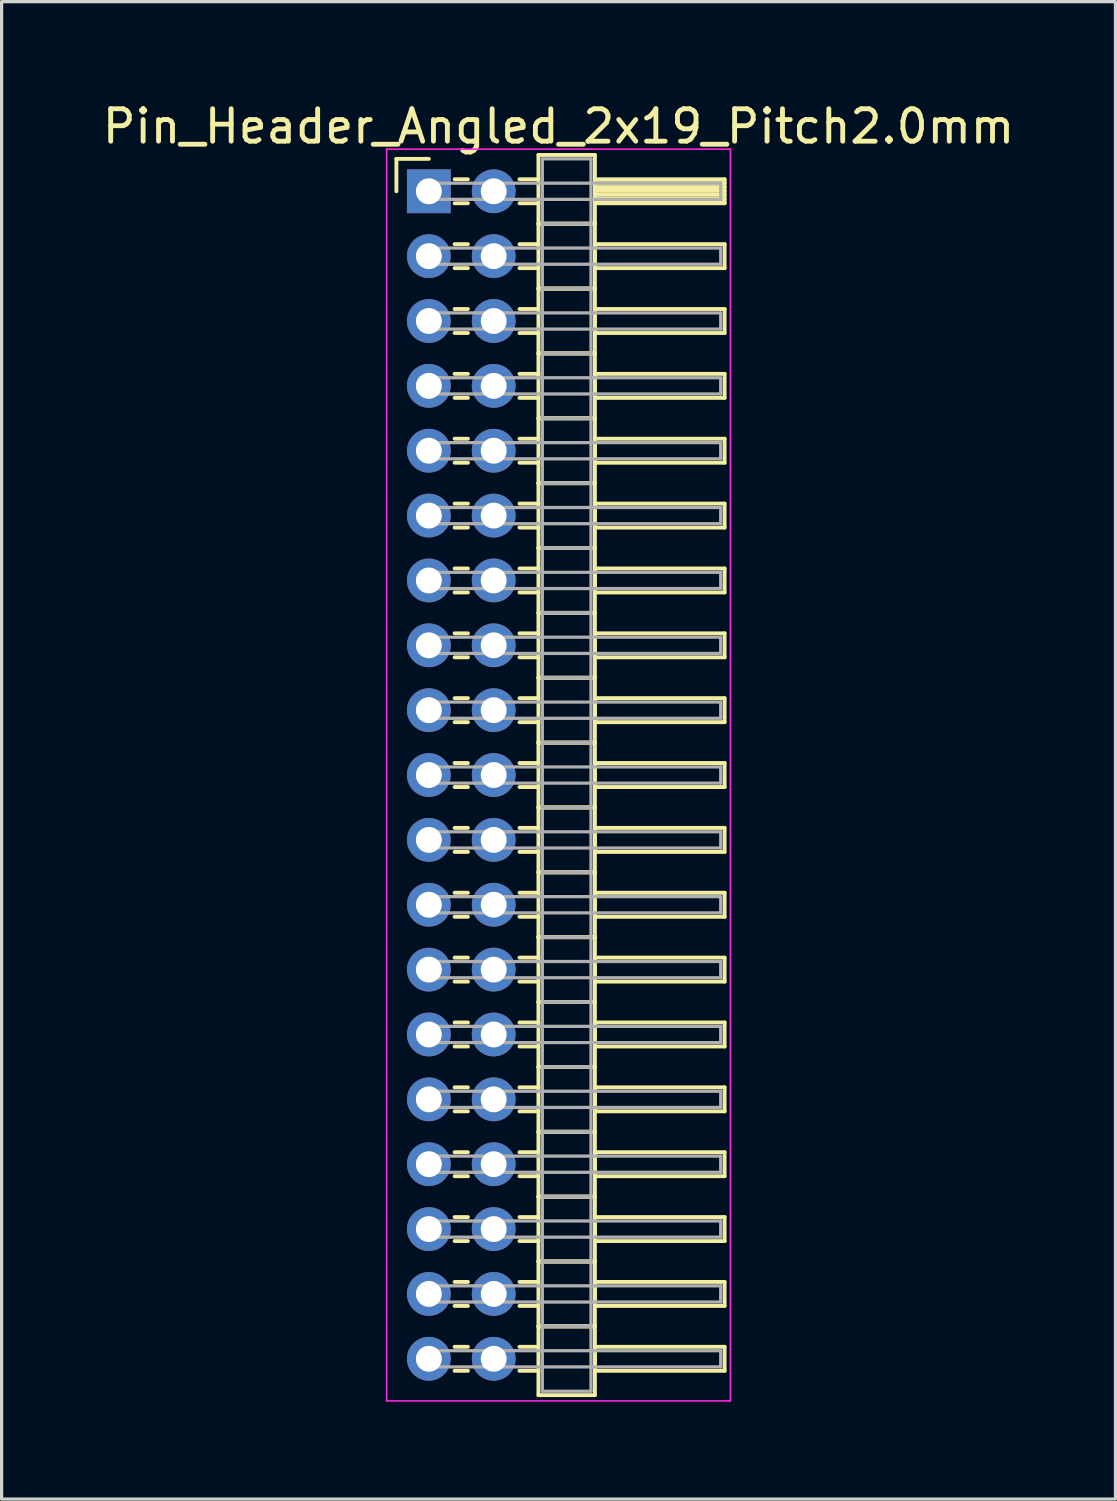
<source format=kicad_pcb>
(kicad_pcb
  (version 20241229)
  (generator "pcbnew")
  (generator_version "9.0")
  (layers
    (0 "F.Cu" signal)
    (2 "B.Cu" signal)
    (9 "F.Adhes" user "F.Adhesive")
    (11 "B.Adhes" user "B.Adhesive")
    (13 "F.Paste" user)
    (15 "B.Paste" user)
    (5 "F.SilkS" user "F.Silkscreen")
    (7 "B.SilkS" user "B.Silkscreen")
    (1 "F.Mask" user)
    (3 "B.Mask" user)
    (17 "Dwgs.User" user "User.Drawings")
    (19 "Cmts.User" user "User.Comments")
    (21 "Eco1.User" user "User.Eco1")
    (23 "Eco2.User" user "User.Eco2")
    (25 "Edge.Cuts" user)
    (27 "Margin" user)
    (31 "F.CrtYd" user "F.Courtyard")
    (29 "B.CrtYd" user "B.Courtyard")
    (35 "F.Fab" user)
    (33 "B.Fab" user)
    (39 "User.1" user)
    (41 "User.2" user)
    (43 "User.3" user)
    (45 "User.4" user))
  (footprint "Pin_Header_Angled_2x19_Pitch2.0mm"
    (layer "F.Cu")
    (at 10.173 2.848)
    (property "Reference" "Pin_Header_Angled_2x19_Pitch2.0mm" (at 4 -2 0) (layer "F.SilkS") (effects (font (size 1 1) (thickness 0.15))))
    (attr through_hole)
    (fp_line (start -1 -1) (end 0 -1) (stroke (width 0.12) (type solid)) (layer "F.SilkS"))
    (fp_line (start -1 0) (end -1 -1) (stroke (width 0.12) (type solid)) (layer "F.SilkS"))
    (fp_line (start 0.795 -0.37) (end 1.205 -0.37) (stroke (width 0.12) (type solid)) (layer "F.SilkS"))
    (fp_line (start 0.795 0.37) (end 1.205 0.37) (stroke (width 0.12) (type solid)) (layer "F.SilkS"))
    (fp_line (start 0.795 1.63) (end 1.205 1.63) (stroke (width 0.12) (type solid)) (layer "F.SilkS"))
    (fp_line (start 0.795 2.37) (end 1.205 2.37) (stroke (width 0.12) (type solid)) (layer "F.SilkS"))
    (fp_line (start 0.795 3.63) (end 1.205 3.63) (stroke (width 0.12) (type solid)) (layer "F.SilkS"))
    (fp_line (start 0.795 4.37) (end 1.205 4.37) (stroke (width 0.12) (type solid)) (layer "F.SilkS"))
    (fp_line (start 0.795 5.63) (end 1.205 5.63) (stroke (width 0.12) (type solid)) (layer "F.SilkS"))
    (fp_line (start 0.795 6.37) (end 1.205 6.37) (stroke (width 0.12) (type solid)) (layer "F.SilkS"))
    (fp_line (start 0.795 7.63) (end 1.205 7.63) (stroke (width 0.12) (type solid)) (layer "F.SilkS"))
    (fp_line (start 0.795 8.37) (end 1.205 8.37) (stroke (width 0.12) (type solid)) (layer "F.SilkS"))
    (fp_line (start 0.795 9.63) (end 1.205 9.63) (stroke (width 0.12) (type solid)) (layer "F.SilkS"))
    (fp_line (start 0.795 10.37) (end 1.205 10.37) (stroke (width 0.12) (type solid)) (layer "F.SilkS"))
    (fp_line (start 0.795 11.63) (end 1.205 11.63) (stroke (width 0.12) (type solid)) (layer "F.SilkS"))
    (fp_line (start 0.795 12.37) (end 1.205 12.37) (stroke (width 0.12) (type solid)) (layer "F.SilkS"))
    (fp_line (start 0.795 13.63) (end 1.205 13.63) (stroke (width 0.12) (type solid)) (layer "F.SilkS"))
    (fp_line (start 0.795 14.37) (end 1.205 14.37) (stroke (width 0.12) (type solid)) (layer "F.SilkS"))
    (fp_line (start 0.795 15.63) (end 1.205 15.63) (stroke (width 0.12) (type solid)) (layer "F.SilkS"))
    (fp_line (start 0.795 16.37) (end 1.205 16.37) (stroke (width 0.12) (type solid)) (layer "F.SilkS"))
    (fp_line (start 0.795 17.63) (end 1.205 17.63) (stroke (width 0.12) (type solid)) (layer "F.SilkS"))
    (fp_line (start 0.795 18.37) (end 1.205 18.37) (stroke (width 0.12) (type solid)) (layer "F.SilkS"))
    (fp_line (start 0.795 19.63) (end 1.205 19.63) (stroke (width 0.12) (type solid)) (layer "F.SilkS"))
    (fp_line (start 0.795 20.37) (end 1.205 20.37) (stroke (width 0.12) (type solid)) (layer "F.SilkS"))
    (fp_line (start 0.795 21.63) (end 1.205 21.63) (stroke (width 0.12) (type solid)) (layer "F.SilkS"))
    (fp_line (start 0.795 22.37) (end 1.205 22.37) (stroke (width 0.12) (type solid)) (layer "F.SilkS"))
    (fp_line (start 0.795 23.63) (end 1.205 23.63) (stroke (width 0.12) (type solid)) (layer "F.SilkS"))
    (fp_line (start 0.795 24.37) (end 1.205 24.37) (stroke (width 0.12) (type solid)) (layer "F.SilkS"))
    (fp_line (start 0.795 25.63) (end 1.205 25.63) (stroke (width 0.12) (type solid)) (layer "F.SilkS"))
    (fp_line (start 0.795 26.37) (end 1.205 26.37) (stroke (width 0.12) (type solid)) (layer "F.SilkS"))
    (fp_line (start 0.795 27.63) (end 1.205 27.63) (stroke (width 0.12) (type solid)) (layer "F.SilkS"))
    (fp_line (start 0.795 28.37) (end 1.205 28.37) (stroke (width 0.12) (type solid)) (layer "F.SilkS"))
    (fp_line (start 0.795 29.63) (end 1.205 29.63) (stroke (width 0.12) (type solid)) (layer "F.SilkS"))
    (fp_line (start 0.795 30.37) (end 1.205 30.37) (stroke (width 0.12) (type solid)) (layer "F.SilkS"))
    (fp_line (start 0.795 31.63) (end 1.205 31.63) (stroke (width 0.12) (type solid)) (layer "F.SilkS"))
    (fp_line (start 0.795 32.37) (end 1.205 32.37) (stroke (width 0.12) (type solid)) (layer "F.SilkS"))
    (fp_line (start 0.795 33.63) (end 1.205 33.63) (stroke (width 0.12) (type solid)) (layer "F.SilkS"))
    (fp_line (start 0.795 34.37) (end 1.205 34.37) (stroke (width 0.12) (type solid)) (layer "F.SilkS"))
    (fp_line (start 0.795 35.63) (end 1.205 35.63) (stroke (width 0.12) (type solid)) (layer "F.SilkS"))
    (fp_line (start 0.795 36.37) (end 1.205 36.37) (stroke (width 0.12) (type solid)) (layer "F.SilkS"))
    (fp_line (start 2.795 -0.37) (end 3.38 -0.37) (stroke (width 0.12) (type solid)) (layer "F.SilkS"))
    (fp_line (start 2.795 0.37) (end 3.38 0.37) (stroke (width 0.12) (type solid)) (layer "F.SilkS"))
    (fp_line (start 2.795 1.63) (end 3.38 1.63) (stroke (width 0.12) (type solid)) (layer "F.SilkS"))
    (fp_line (start 2.795 2.37) (end 3.38 2.37) (stroke (width 0.12) (type solid)) (layer "F.SilkS"))
    (fp_line (start 2.795 3.63) (end 3.38 3.63) (stroke (width 0.12) (type solid)) (layer "F.SilkS"))
    (fp_line (start 2.795 4.37) (end 3.38 4.37) (stroke (width 0.12) (type solid)) (layer "F.SilkS"))
    (fp_line (start 2.795 5.63) (end 3.38 5.63) (stroke (width 0.12) (type solid)) (layer "F.SilkS"))
    (fp_line (start 2.795 6.37) (end 3.38 6.37) (stroke (width 0.12) (type solid)) (layer "F.SilkS"))
    (fp_line (start 2.795 7.63) (end 3.38 7.63) (stroke (width 0.12) (type solid)) (layer "F.SilkS"))
    (fp_line (start 2.795 8.37) (end 3.38 8.37) (stroke (width 0.12) (type solid)) (layer "F.SilkS"))
    (fp_line (start 2.795 9.63) (end 3.38 9.63) (stroke (width 0.12) (type solid)) (layer "F.SilkS"))
    (fp_line (start 2.795 10.37) (end 3.38 10.37) (stroke (width 0.12) (type solid)) (layer "F.SilkS"))
    (fp_line (start 2.795 11.63) (end 3.38 11.63) (stroke (width 0.12) (type solid)) (layer "F.SilkS"))
    (fp_line (start 2.795 12.37) (end 3.38 12.37) (stroke (width 0.12) (type solid)) (layer "F.SilkS"))
    (fp_line (start 2.795 13.63) (end 3.38 13.63) (stroke (width 0.12) (type solid)) (layer "F.SilkS"))
    (fp_line (start 2.795 14.37) (end 3.38 14.37) (stroke (width 0.12) (type solid)) (layer "F.SilkS"))
    (fp_line (start 2.795 15.63) (end 3.38 15.63) (stroke (width 0.12) (type solid)) (layer "F.SilkS"))
    (fp_line (start 2.795 16.37) (end 3.38 16.37) (stroke (width 0.12) (type solid)) (layer "F.SilkS"))
    (fp_line (start 2.795 17.63) (end 3.38 17.63) (stroke (width 0.12) (type solid)) (layer "F.SilkS"))
    (fp_line (start 2.795 18.37) (end 3.38 18.37) (stroke (width 0.12) (type solid)) (layer "F.SilkS"))
    (fp_line (start 2.795 19.63) (end 3.38 19.63) (stroke (width 0.12) (type solid)) (layer "F.SilkS"))
    (fp_line (start 2.795 20.37) (end 3.38 20.37) (stroke (width 0.12) (type solid)) (layer "F.SilkS"))
    (fp_line (start 2.795 21.63) (end 3.38 21.63) (stroke (width 0.12) (type solid)) (layer "F.SilkS"))
    (fp_line (start 2.795 22.37) (end 3.38 22.37) (stroke (width 0.12) (type solid)) (layer "F.SilkS"))
    (fp_line (start 2.795 23.63) (end 3.38 23.63) (stroke (width 0.12) (type solid)) (layer "F.SilkS"))
    (fp_line (start 2.795 24.37) (end 3.38 24.37) (stroke (width 0.12) (type solid)) (layer "F.SilkS"))
    (fp_line (start 2.795 25.63) (end 3.38 25.63) (stroke (width 0.12) (type solid)) (layer "F.SilkS"))
    (fp_line (start 2.795 26.37) (end 3.38 26.37) (stroke (width 0.12) (type solid)) (layer "F.SilkS"))
    (fp_line (start 2.795 27.63) (end 3.38 27.63) (stroke (width 0.12) (type solid)) (layer "F.SilkS"))
    (fp_line (start 2.795 28.37) (end 3.38 28.37) (stroke (width 0.12) (type solid)) (layer "F.SilkS"))
    (fp_line (start 2.795 29.63) (end 3.38 29.63) (stroke (width 0.12) (type solid)) (layer "F.SilkS"))
    (fp_line (start 2.795 30.37) (end 3.38 30.37) (stroke (width 0.12) (type solid)) (layer "F.SilkS"))
    (fp_line (start 2.795 31.63) (end 3.38 31.63) (stroke (width 0.12) (type solid)) (layer "F.SilkS"))
    (fp_line (start 2.795 32.37) (end 3.38 32.37) (stroke (width 0.12) (type solid)) (layer "F.SilkS"))
    (fp_line (start 2.795 33.63) (end 3.38 33.63) (stroke (width 0.12) (type solid)) (layer "F.SilkS"))
    (fp_line (start 2.795 34.37) (end 3.38 34.37) (stroke (width 0.12) (type solid)) (layer "F.SilkS"))
    (fp_line (start 2.795 35.63) (end 3.38 35.63) (stroke (width 0.12) (type solid)) (layer "F.SilkS"))
    (fp_line (start 2.795 36.37) (end 3.38 36.37) (stroke (width 0.12) (type solid)) (layer "F.SilkS"))
    (fp_line (start 3.38 -1.12) (end 3.38 1) (stroke (width 0.12) (type solid)) (layer "F.SilkS"))
    (fp_line (start 3.38 1) (end 3.38 3) (stroke (width 0.12) (type solid)) (layer "F.SilkS"))
    (fp_line (start 3.38 1) (end 5.12 1) (stroke (width 0.12) (type solid)) (layer "F.SilkS"))
    (fp_line (start 3.38 3) (end 3.38 5) (stroke (width 0.12) (type solid)) (layer "F.SilkS"))
    (fp_line (start 3.38 3) (end 5.12 3) (stroke (width 0.12) (type solid)) (layer "F.SilkS"))
    (fp_line (start 3.38 5) (end 3.38 7) (stroke (width 0.12) (type solid)) (layer "F.SilkS"))
    (fp_line (start 3.38 5) (end 5.12 5) (stroke (width 0.12) (type solid)) (layer "F.SilkS"))
    (fp_line (start 3.38 7) (end 3.38 9) (stroke (width 0.12) (type solid)) (layer "F.SilkS"))
    (fp_line (start 3.38 7) (end 5.12 7) (stroke (width 0.12) (type solid)) (layer "F.SilkS"))
    (fp_line (start 3.38 9) (end 3.38 11) (stroke (width 0.12) (type solid)) (layer "F.SilkS"))
    (fp_line (start 3.38 9) (end 5.12 9) (stroke (width 0.12) (type solid)) (layer "F.SilkS"))
    (fp_line (start 3.38 11) (end 3.38 13) (stroke (width 0.12) (type solid)) (layer "F.SilkS"))
    (fp_line (start 3.38 11) (end 5.12 11) (stroke (width 0.12) (type solid)) (layer "F.SilkS"))
    (fp_line (start 3.38 13) (end 3.38 15) (stroke (width 0.12) (type solid)) (layer "F.SilkS"))
    (fp_line (start 3.38 13) (end 5.12 13) (stroke (width 0.12) (type solid)) (layer "F.SilkS"))
    (fp_line (start 3.38 15) (end 3.38 17) (stroke (width 0.12) (type solid)) (layer "F.SilkS"))
    (fp_line (start 3.38 15) (end 5.12 15) (stroke (width 0.12) (type solid)) (layer "F.SilkS"))
    (fp_line (start 3.38 17) (end 3.38 19) (stroke (width 0.12) (type solid)) (layer "F.SilkS"))
    (fp_line (start 3.38 17) (end 5.12 17) (stroke (width 0.12) (type solid)) (layer "F.SilkS"))
    (fp_line (start 3.38 19) (end 3.38 21) (stroke (width 0.12) (type solid)) (layer "F.SilkS"))
    (fp_line (start 3.38 19) (end 5.12 19) (stroke (width 0.12) (type solid)) (layer "F.SilkS"))
    (fp_line (start 3.38 21) (end 3.38 23) (stroke (width 0.12) (type solid)) (layer "F.SilkS"))
    (fp_line (start 3.38 21) (end 5.12 21) (stroke (width 0.12) (type solid)) (layer "F.SilkS"))
    (fp_line (start 3.38 23) (end 3.38 25) (stroke (width 0.12) (type solid)) (layer "F.SilkS"))
    (fp_line (start 3.38 23) (end 5.12 23) (stroke (width 0.12) (type solid)) (layer "F.SilkS"))
    (fp_line (start 3.38 25) (end 3.38 27) (stroke (width 0.12) (type solid)) (layer "F.SilkS"))
    (fp_line (start 3.38 25) (end 5.12 25) (stroke (width 0.12) (type solid)) (layer "F.SilkS"))
    (fp_line (start 3.38 27) (end 3.38 29) (stroke (width 0.12) (type solid)) (layer "F.SilkS"))
    (fp_line (start 3.38 27) (end 5.12 27) (stroke (width 0.12) (type solid)) (layer "F.SilkS"))
    (fp_line (start 3.38 29) (end 3.38 31) (stroke (width 0.12) (type solid)) (layer "F.SilkS"))
    (fp_line (start 3.38 29) (end 5.12 29) (stroke (width 0.12) (type solid)) (layer "F.SilkS"))
    (fp_line (start 3.38 31) (end 3.38 33) (stroke (width 0.12) (type solid)) (layer "F.SilkS"))
    (fp_line (start 3.38 31) (end 5.12 31) (stroke (width 0.12) (type solid)) (layer "F.SilkS"))
    (fp_line (start 3.38 33) (end 3.38 35) (stroke (width 0.12) (type solid)) (layer "F.SilkS"))
    (fp_line (start 3.38 33) (end 5.12 33) (stroke (width 0.12) (type solid)) (layer "F.SilkS"))
    (fp_line (start 3.38 35) (end 3.38 37.12) (stroke (width 0.12) (type solid)) (layer "F.SilkS"))
    (fp_line (start 3.38 35) (end 5.12 35) (stroke (width 0.12) (type solid)) (layer "F.SilkS"))
    (fp_line (start 3.38 37.12) (end 5.12 37.12) (stroke (width 0.12) (type solid)) (layer "F.SilkS"))
    (fp_line (start 5.12 -1.12) (end 3.38 -1.12) (stroke (width 0.12) (type solid)) (layer "F.SilkS"))
    (fp_line (start 5.12 -0.37) (end 5.12 0.37) (stroke (width 0.12) (type solid)) (layer "F.SilkS"))
    (fp_line (start 5.12 -0.25) (end 9.12 -0.25) (stroke (width 0.12) (type solid)) (layer "F.SilkS"))
    (fp_line (start 5.12 -0.13) (end 9.12 -0.13) (stroke (width 0.12) (type solid)) (layer "F.SilkS"))
    (fp_line (start 5.12 -0.01) (end 9.12 -0.01) (stroke (width 0.12) (type solid)) (layer "F.SilkS"))
    (fp_line (start 5.12 0.11) (end 9.12 0.11) (stroke (width 0.12) (type solid)) (layer "F.SilkS"))
    (fp_line (start 5.12 0.23) (end 9.12 0.23) (stroke (width 0.12) (type solid)) (layer "F.SilkS"))
    (fp_line (start 5.12 0.35) (end 9.12 0.35) (stroke (width 0.12) (type solid)) (layer "F.SilkS"))
    (fp_line (start 5.12 0.37) (end 9.12 0.37) (stroke (width 0.12) (type solid)) (layer "F.SilkS"))
    (fp_line (start 5.12 1) (end 3.38 1) (stroke (width 0.12) (type solid)) (layer "F.SilkS"))
    (fp_line (start 5.12 1) (end 5.12 -1.12) (stroke (width 0.12) (type solid)) (layer "F.SilkS"))
    (fp_line (start 5.12 1.63) (end 5.12 2.37) (stroke (width 0.12) (type solid)) (layer "F.SilkS"))
    (fp_line (start 5.12 2.37) (end 9.12 2.37) (stroke (width 0.12) (type solid)) (layer "F.SilkS"))
    (fp_line (start 5.12 3) (end 3.38 3) (stroke (width 0.12) (type solid)) (layer "F.SilkS"))
    (fp_line (start 5.12 3) (end 5.12 1) (stroke (width 0.12) (type solid)) (layer "F.SilkS"))
    (fp_line (start 5.12 3.63) (end 5.12 4.37) (stroke (width 0.12) (type solid)) (layer "F.SilkS"))
    (fp_line (start 5.12 4.37) (end 9.12 4.37) (stroke (width 0.12) (type solid)) (layer "F.SilkS"))
    (fp_line (start 5.12 5) (end 3.38 5) (stroke (width 0.12) (type solid)) (layer "F.SilkS"))
    (fp_line (start 5.12 5) (end 5.12 3) (stroke (width 0.12) (type solid)) (layer "F.SilkS"))
    (fp_line (start 5.12 5.63) (end 5.12 6.37) (stroke (width 0.12) (type solid)) (layer "F.SilkS"))
    (fp_line (start 5.12 6.37) (end 9.12 6.37) (stroke (width 0.12) (type solid)) (layer "F.SilkS"))
    (fp_line (start 5.12 7) (end 3.38 7) (stroke (width 0.12) (type solid)) (layer "F.SilkS"))
    (fp_line (start 5.12 7) (end 5.12 5) (stroke (width 0.12) (type solid)) (layer "F.SilkS"))
    (fp_line (start 5.12 7.63) (end 5.12 8.37) (stroke (width 0.12) (type solid)) (layer "F.SilkS"))
    (fp_line (start 5.12 8.37) (end 9.12 8.37) (stroke (width 0.12) (type solid)) (layer "F.SilkS"))
    (fp_line (start 5.12 9) (end 3.38 9) (stroke (width 0.12) (type solid)) (layer "F.SilkS"))
    (fp_line (start 5.12 9) (end 5.12 7) (stroke (width 0.12) (type solid)) (layer "F.SilkS"))
    (fp_line (start 5.12 9.63) (end 5.12 10.37) (stroke (width 0.12) (type solid)) (layer "F.SilkS"))
    (fp_line (start 5.12 10.37) (end 9.12 10.37) (stroke (width 0.12) (type solid)) (layer "F.SilkS"))
    (fp_line (start 5.12 11) (end 3.38 11) (stroke (width 0.12) (type solid)) (layer "F.SilkS"))
    (fp_line (start 5.12 11) (end 5.12 9) (stroke (width 0.12) (type solid)) (layer "F.SilkS"))
    (fp_line (start 5.12 11.63) (end 5.12 12.37) (stroke (width 0.12) (type solid)) (layer "F.SilkS"))
    (fp_line (start 5.12 12.37) (end 9.12 12.37) (stroke (width 0.12) (type solid)) (layer "F.SilkS"))
    (fp_line (start 5.12 13) (end 3.38 13) (stroke (width 0.12) (type solid)) (layer "F.SilkS"))
    (fp_line (start 5.12 13) (end 5.12 11) (stroke (width 0.12) (type solid)) (layer "F.SilkS"))
    (fp_line (start 5.12 13.63) (end 5.12 14.37) (stroke (width 0.12) (type solid)) (layer "F.SilkS"))
    (fp_line (start 5.12 14.37) (end 9.12 14.37) (stroke (width 0.12) (type solid)) (layer "F.SilkS"))
    (fp_line (start 5.12 15) (end 3.38 15) (stroke (width 0.12) (type solid)) (layer "F.SilkS"))
    (fp_line (start 5.12 15) (end 5.12 13) (stroke (width 0.12) (type solid)) (layer "F.SilkS"))
    (fp_line (start 5.12 15.63) (end 5.12 16.37) (stroke (width 0.12) (type solid)) (layer "F.SilkS"))
    (fp_line (start 5.12 16.37) (end 9.12 16.37) (stroke (width 0.12) (type solid)) (layer "F.SilkS"))
    (fp_line (start 5.12 17) (end 3.38 17) (stroke (width 0.12) (type solid)) (layer "F.SilkS"))
    (fp_line (start 5.12 17) (end 5.12 15) (stroke (width 0.12) (type solid)) (layer "F.SilkS"))
    (fp_line (start 5.12 17.63) (end 5.12 18.37) (stroke (width 0.12) (type solid)) (layer "F.SilkS"))
    (fp_line (start 5.12 18.37) (end 9.12 18.37) (stroke (width 0.12) (type solid)) (layer "F.SilkS"))
    (fp_line (start 5.12 19) (end 3.38 19) (stroke (width 0.12) (type solid)) (layer "F.SilkS"))
    (fp_line (start 5.12 19) (end 5.12 17) (stroke (width 0.12) (type solid)) (layer "F.SilkS"))
    (fp_line (start 5.12 19.63) (end 5.12 20.37) (stroke (width 0.12) (type solid)) (layer "F.SilkS"))
    (fp_line (start 5.12 20.37) (end 9.12 20.37) (stroke (width 0.12) (type solid)) (layer "F.SilkS"))
    (fp_line (start 5.12 21) (end 3.38 21) (stroke (width 0.12) (type solid)) (layer "F.SilkS"))
    (fp_line (start 5.12 21) (end 5.12 19) (stroke (width 0.12) (type solid)) (layer "F.SilkS"))
    (fp_line (start 5.12 21.63) (end 5.12 22.37) (stroke (width 0.12) (type solid)) (layer "F.SilkS"))
    (fp_line (start 5.12 22.37) (end 9.12 22.37) (stroke (width 0.12) (type solid)) (layer "F.SilkS"))
    (fp_line (start 5.12 23) (end 3.38 23) (stroke (width 0.12) (type solid)) (layer "F.SilkS"))
    (fp_line (start 5.12 23) (end 5.12 21) (stroke (width 0.12) (type solid)) (layer "F.SilkS"))
    (fp_line (start 5.12 23.63) (end 5.12 24.37) (stroke (width 0.12) (type solid)) (layer "F.SilkS"))
    (fp_line (start 5.12 24.37) (end 9.12 24.37) (stroke (width 0.12) (type solid)) (layer "F.SilkS"))
    (fp_line (start 5.12 25) (end 3.38 25) (stroke (width 0.12) (type solid)) (layer "F.SilkS"))
    (fp_line (start 5.12 25) (end 5.12 23) (stroke (width 0.12) (type solid)) (layer "F.SilkS"))
    (fp_line (start 5.12 25.63) (end 5.12 26.37) (stroke (width 0.12) (type solid)) (layer "F.SilkS"))
    (fp_line (start 5.12 26.37) (end 9.12 26.37) (stroke (width 0.12) (type solid)) (layer "F.SilkS"))
    (fp_line (start 5.12 27) (end 3.38 27) (stroke (width 0.12) (type solid)) (layer "F.SilkS"))
    (fp_line (start 5.12 27) (end 5.12 25) (stroke (width 0.12) (type solid)) (layer "F.SilkS"))
    (fp_line (start 5.12 27.63) (end 5.12 28.37) (stroke (width 0.12) (type solid)) (layer "F.SilkS"))
    (fp_line (start 5.12 28.37) (end 9.12 28.37) (stroke (width 0.12) (type solid)) (layer "F.SilkS"))
    (fp_line (start 5.12 29) (end 3.38 29) (stroke (width 0.12) (type solid)) (layer "F.SilkS"))
    (fp_line (start 5.12 29) (end 5.12 27) (stroke (width 0.12) (type solid)) (layer "F.SilkS"))
    (fp_line (start 5.12 29.63) (end 5.12 30.37) (stroke (width 0.12) (type solid)) (layer "F.SilkS"))
    (fp_line (start 5.12 30.37) (end 9.12 30.37) (stroke (width 0.12) (type solid)) (layer "F.SilkS"))
    (fp_line (start 5.12 31) (end 3.38 31) (stroke (width 0.12) (type solid)) (layer "F.SilkS"))
    (fp_line (start 5.12 31) (end 5.12 29) (stroke (width 0.12) (type solid)) (layer "F.SilkS"))
    (fp_line (start 5.12 31.63) (end 5.12 32.37) (stroke (width 0.12) (type solid)) (layer "F.SilkS"))
    (fp_line (start 5.12 32.37) (end 9.12 32.37) (stroke (width 0.12) (type solid)) (layer "F.SilkS"))
    (fp_line (start 5.12 33) (end 3.38 33) (stroke (width 0.12) (type solid)) (layer "F.SilkS"))
    (fp_line (start 5.12 33) (end 5.12 31) (stroke (width 0.12) (type solid)) (layer "F.SilkS"))
    (fp_line (start 5.12 33.63) (end 5.12 34.37) (stroke (width 0.12) (type solid)) (layer "F.SilkS"))
    (fp_line (start 5.12 34.37) (end 9.12 34.37) (stroke (width 0.12) (type solid)) (layer "F.SilkS"))
    (fp_line (start 5.12 35) (end 3.38 35) (stroke (width 0.12) (type solid)) (layer "F.SilkS"))
    (fp_line (start 5.12 35) (end 5.12 33) (stroke (width 0.12) (type solid)) (layer "F.SilkS"))
    (fp_line (start 5.12 35.63) (end 5.12 36.37) (stroke (width 0.12) (type solid)) (layer "F.SilkS"))
    (fp_line (start 5.12 36.37) (end 9.12 36.37) (stroke (width 0.12) (type solid)) (layer "F.SilkS"))
    (fp_line (start 5.12 37.12) (end 5.12 35) (stroke (width 0.12) (type solid)) (layer "F.SilkS"))
    (fp_line (start 9.12 -0.37) (end 5.12 -0.37) (stroke (width 0.12) (type solid)) (layer "F.SilkS"))
    (fp_line (start 9.12 0.37) (end 9.12 -0.37) (stroke (width 0.12) (type solid)) (layer "F.SilkS"))
    (fp_line (start 9.12 1.63) (end 5.12 1.63) (stroke (width 0.12) (type solid)) (layer "F.SilkS"))
    (fp_line (start 9.12 2.37) (end 9.12 1.63) (stroke (width 0.12) (type solid)) (layer "F.SilkS"))
    (fp_line (start 9.12 3.63) (end 5.12 3.63) (stroke (width 0.12) (type solid)) (layer "F.SilkS"))
    (fp_line (start 9.12 4.37) (end 9.12 3.63) (stroke (width 0.12) (type solid)) (layer "F.SilkS"))
    (fp_line (start 9.12 5.63) (end 5.12 5.63) (stroke (width 0.12) (type solid)) (layer "F.SilkS"))
    (fp_line (start 9.12 6.37) (end 9.12 5.63) (stroke (width 0.12) (type solid)) (layer "F.SilkS"))
    (fp_line (start 9.12 7.63) (end 5.12 7.63) (stroke (width 0.12) (type solid)) (layer "F.SilkS"))
    (fp_line (start 9.12 8.37) (end 9.12 7.63) (stroke (width 0.12) (type solid)) (layer "F.SilkS"))
    (fp_line (start 9.12 9.63) (end 5.12 9.63) (stroke (width 0.12) (type solid)) (layer "F.SilkS"))
    (fp_line (start 9.12 10.37) (end 9.12 9.63) (stroke (width 0.12) (type solid)) (layer "F.SilkS"))
    (fp_line (start 9.12 11.63) (end 5.12 11.63) (stroke (width 0.12) (type solid)) (layer "F.SilkS"))
    (fp_line (start 9.12 12.37) (end 9.12 11.63) (stroke (width 0.12) (type solid)) (layer "F.SilkS"))
    (fp_line (start 9.12 13.63) (end 5.12 13.63) (stroke (width 0.12) (type solid)) (layer "F.SilkS"))
    (fp_line (start 9.12 14.37) (end 9.12 13.63) (stroke (width 0.12) (type solid)) (layer "F.SilkS"))
    (fp_line (start 9.12 15.63) (end 5.12 15.63) (stroke (width 0.12) (type solid)) (layer "F.SilkS"))
    (fp_line (start 9.12 16.37) (end 9.12 15.63) (stroke (width 0.12) (type solid)) (layer "F.SilkS"))
    (fp_line (start 9.12 17.63) (end 5.12 17.63) (stroke (width 0.12) (type solid)) (layer "F.SilkS"))
    (fp_line (start 9.12 18.37) (end 9.12 17.63) (stroke (width 0.12) (type solid)) (layer "F.SilkS"))
    (fp_line (start 9.12 19.63) (end 5.12 19.63) (stroke (width 0.12) (type solid)) (layer "F.SilkS"))
    (fp_line (start 9.12 20.37) (end 9.12 19.63) (stroke (width 0.12) (type solid)) (layer "F.SilkS"))
    (fp_line (start 9.12 21.63) (end 5.12 21.63) (stroke (width 0.12) (type solid)) (layer "F.SilkS"))
    (fp_line (start 9.12 22.37) (end 9.12 21.63) (stroke (width 0.12) (type solid)) (layer "F.SilkS"))
    (fp_line (start 9.12 23.63) (end 5.12 23.63) (stroke (width 0.12) (type solid)) (layer "F.SilkS"))
    (fp_line (start 9.12 24.37) (end 9.12 23.63) (stroke (width 0.12) (type solid)) (layer "F.SilkS"))
    (fp_line (start 9.12 25.63) (end 5.12 25.63) (stroke (width 0.12) (type solid)) (layer "F.SilkS"))
    (fp_line (start 9.12 26.37) (end 9.12 25.63) (stroke (width 0.12) (type solid)) (layer "F.SilkS"))
    (fp_line (start 9.12 27.63) (end 5.12 27.63) (stroke (width 0.12) (type solid)) (layer "F.SilkS"))
    (fp_line (start 9.12 28.37) (end 9.12 27.63) (stroke (width 0.12) (type solid)) (layer "F.SilkS"))
    (fp_line (start 9.12 29.63) (end 5.12 29.63) (stroke (width 0.12) (type solid)) (layer "F.SilkS"))
    (fp_line (start 9.12 30.37) (end 9.12 29.63) (stroke (width 0.12) (type solid)) (layer "F.SilkS"))
    (fp_line (start 9.12 31.63) (end 5.12 31.63) (stroke (width 0.12) (type solid)) (layer "F.SilkS"))
    (fp_line (start 9.12 32.37) (end 9.12 31.63) (stroke (width 0.12) (type solid)) (layer "F.SilkS"))
    (fp_line (start 9.12 33.63) (end 5.12 33.63) (stroke (width 0.12) (type solid)) (layer "F.SilkS"))
    (fp_line (start 9.12 34.37) (end 9.12 33.63) (stroke (width 0.12) (type solid)) (layer "F.SilkS"))
    (fp_line (start 9.12 35.63) (end 5.12 35.63) (stroke (width 0.12) (type solid)) (layer "F.SilkS"))
    (fp_line (start 9.12 36.37) (end 9.12 35.63) (stroke (width 0.12) (type solid)) (layer "F.SilkS"))
    (fp_line (start -1.3 -1.3) (end -1.3 37.3) (stroke (width 0.05) (type solid)) (layer "F.CrtYd"))
    (fp_line (start -1.3 37.3) (end 9.3 37.3) (stroke (width 0.05) (type solid)) (layer "F.CrtYd"))
    (fp_line (start 9.3 -1.3) (end -1.3 -1.3) (stroke (width 0.05) (type solid)) (layer "F.CrtYd"))
    (fp_line (start 9.3 37.3) (end 9.3 -1.3) (stroke (width 0.05) (type solid)) (layer "F.CrtYd"))
    (fp_line (start 0 -0.25) (end 0 0.25) (stroke (width 0.1) (type solid)) (layer "F.Fab"))
    (fp_line (start 0 0.25) (end 9 0.25) (stroke (width 0.1) (type solid)) (layer "F.Fab"))
    (fp_line (start 0 1.75) (end 0 2.25) (stroke (width 0.1) (type solid)) (layer "F.Fab"))
    (fp_line (start 0 2.25) (end 9 2.25) (stroke (width 0.1) (type solid)) (layer "F.Fab"))
    (fp_line (start 0 3.75) (end 0 4.25) (stroke (width 0.1) (type solid)) (layer "F.Fab"))
    (fp_line (start 0 4.25) (end 9 4.25) (stroke (width 0.1) (type solid)) (layer "F.Fab"))
    (fp_line (start 0 5.75) (end 0 6.25) (stroke (width 0.1) (type solid)) (layer "F.Fab"))
    (fp_line (start 0 6.25) (end 9 6.25) (stroke (width 0.1) (type solid)) (layer "F.Fab"))
    (fp_line (start 0 7.75) (end 0 8.25) (stroke (width 0.1) (type solid)) (layer "F.Fab"))
    (fp_line (start 0 8.25) (end 9 8.25) (stroke (width 0.1) (type solid)) (layer "F.Fab"))
    (fp_line (start 0 9.75) (end 0 10.25) (stroke (width 0.1) (type solid)) (layer "F.Fab"))
    (fp_line (start 0 10.25) (end 9 10.25) (stroke (width 0.1) (type solid)) (layer "F.Fab"))
    (fp_line (start 0 11.75) (end 0 12.25) (stroke (width 0.1) (type solid)) (layer "F.Fab"))
    (fp_line (start 0 12.25) (end 9 12.25) (stroke (width 0.1) (type solid)) (layer "F.Fab"))
    (fp_line (start 0 13.75) (end 0 14.25) (stroke (width 0.1) (type solid)) (layer "F.Fab"))
    (fp_line (start 0 14.25) (end 9 14.25) (stroke (width 0.1) (type solid)) (layer "F.Fab"))
    (fp_line (start 0 15.75) (end 0 16.25) (stroke (width 0.1) (type solid)) (layer "F.Fab"))
    (fp_line (start 0 16.25) (end 9 16.25) (stroke (width 0.1) (type solid)) (layer "F.Fab"))
    (fp_line (start 0 17.75) (end 0 18.25) (stroke (width 0.1) (type solid)) (layer "F.Fab"))
    (fp_line (start 0 18.25) (end 9 18.25) (stroke (width 0.1) (type solid)) (layer "F.Fab"))
    (fp_line (start 0 19.75) (end 0 20.25) (stroke (width 0.1) (type solid)) (layer "F.Fab"))
    (fp_line (start 0 20.25) (end 9 20.25) (stroke (width 0.1) (type solid)) (layer "F.Fab"))
    (fp_line (start 0 21.75) (end 0 22.25) (stroke (width 0.1) (type solid)) (layer "F.Fab"))
    (fp_line (start 0 22.25) (end 9 22.25) (stroke (width 0.1) (type solid)) (layer "F.Fab"))
    (fp_line (start 0 23.75) (end 0 24.25) (stroke (width 0.1) (type solid)) (layer "F.Fab"))
    (fp_line (start 0 24.25) (end 9 24.25) (stroke (width 0.1) (type solid)) (layer "F.Fab"))
    (fp_line (start 0 25.75) (end 0 26.25) (stroke (width 0.1) (type solid)) (layer "F.Fab"))
    (fp_line (start 0 26.25) (end 9 26.25) (stroke (width 0.1) (type solid)) (layer "F.Fab"))
    (fp_line (start 0 27.75) (end 0 28.25) (stroke (width 0.1) (type solid)) (layer "F.Fab"))
    (fp_line (start 0 28.25) (end 9 28.25) (stroke (width 0.1) (type solid)) (layer "F.Fab"))
    (fp_line (start 0 29.75) (end 0 30.25) (stroke (width 0.1) (type solid)) (layer "F.Fab"))
    (fp_line (start 0 30.25) (end 9 30.25) (stroke (width 0.1) (type solid)) (layer "F.Fab"))
    (fp_line (start 0 31.75) (end 0 32.25) (stroke (width 0.1) (type solid)) (layer "F.Fab"))
    (fp_line (start 0 32.25) (end 9 32.25) (stroke (width 0.1) (type solid)) (layer "F.Fab"))
    (fp_line (start 0 33.75) (end 0 34.25) (stroke (width 0.1) (type solid)) (layer "F.Fab"))
    (fp_line (start 0 34.25) (end 9 34.25) (stroke (width 0.1) (type solid)) (layer "F.Fab"))
    (fp_line (start 0 35.75) (end 0 36.25) (stroke (width 0.1) (type solid)) (layer "F.Fab"))
    (fp_line (start 0 36.25) (end 9 36.25) (stroke (width 0.1) (type solid)) (layer "F.Fab"))
    (fp_line (start 3.5 -1) (end 3.5 1) (stroke (width 0.1) (type solid)) (layer "F.Fab"))
    (fp_line (start 3.5 1) (end 3.5 3) (stroke (width 0.1) (type solid)) (layer "F.Fab"))
    (fp_line (start 3.5 1) (end 5 1) (stroke (width 0.1) (type solid)) (layer "F.Fab"))
    (fp_line (start 3.5 3) (end 3.5 5) (stroke (width 0.1) (type solid)) (layer "F.Fab"))
    (fp_line (start 3.5 3) (end 5 3) (stroke (width 0.1) (type solid)) (layer "F.Fab"))
    (fp_line (start 3.5 5) (end 3.5 7) (stroke (width 0.1) (type solid)) (layer "F.Fab"))
    (fp_line (start 3.5 5) (end 5 5) (stroke (width 0.1) (type solid)) (layer "F.Fab"))
    (fp_line (start 3.5 7) (end 3.5 9) (stroke (width 0.1) (type solid)) (layer "F.Fab"))
    (fp_line (start 3.5 7) (end 5 7) (stroke (width 0.1) (type solid)) (layer "F.Fab"))
    (fp_line (start 3.5 9) (end 3.5 11) (stroke (width 0.1) (type solid)) (layer "F.Fab"))
    (fp_line (start 3.5 9) (end 5 9) (stroke (width 0.1) (type solid)) (layer "F.Fab"))
    (fp_line (start 3.5 11) (end 3.5 13) (stroke (width 0.1) (type solid)) (layer "F.Fab"))
    (fp_line (start 3.5 11) (end 5 11) (stroke (width 0.1) (type solid)) (layer "F.Fab"))
    (fp_line (start 3.5 13) (end 3.5 15) (stroke (width 0.1) (type solid)) (layer "F.Fab"))
    (fp_line (start 3.5 13) (end 5 13) (stroke (width 0.1) (type solid)) (layer "F.Fab"))
    (fp_line (start 3.5 15) (end 3.5 17) (stroke (width 0.1) (type solid)) (layer "F.Fab"))
    (fp_line (start 3.5 15) (end 5 15) (stroke (width 0.1) (type solid)) (layer "F.Fab"))
    (fp_line (start 3.5 17) (end 3.5 19) (stroke (width 0.1) (type solid)) (layer "F.Fab"))
    (fp_line (start 3.5 17) (end 5 17) (stroke (width 0.1) (type solid)) (layer "F.Fab"))
    (fp_line (start 3.5 19) (end 3.5 21) (stroke (width 0.1) (type solid)) (layer "F.Fab"))
    (fp_line (start 3.5 19) (end 5 19) (stroke (width 0.1) (type solid)) (layer "F.Fab"))
    (fp_line (start 3.5 21) (end 3.5 23) (stroke (width 0.1) (type solid)) (layer "F.Fab"))
    (fp_line (start 3.5 21) (end 5 21) (stroke (width 0.1) (type solid)) (layer "F.Fab"))
    (fp_line (start 3.5 23) (end 3.5 25) (stroke (width 0.1) (type solid)) (layer "F.Fab"))
    (fp_line (start 3.5 23) (end 5 23) (stroke (width 0.1) (type solid)) (layer "F.Fab"))
    (fp_line (start 3.5 25) (end 3.5 27) (stroke (width 0.1) (type solid)) (layer "F.Fab"))
    (fp_line (start 3.5 25) (end 5 25) (stroke (width 0.1) (type solid)) (layer "F.Fab"))
    (fp_line (start 3.5 27) (end 3.5 29) (stroke (width 0.1) (type solid)) (layer "F.Fab"))
    (fp_line (start 3.5 27) (end 5 27) (stroke (width 0.1) (type solid)) (layer "F.Fab"))
    (fp_line (start 3.5 29) (end 3.5 31) (stroke (width 0.1) (type solid)) (layer "F.Fab"))
    (fp_line (start 3.5 29) (end 5 29) (stroke (width 0.1) (type solid)) (layer "F.Fab"))
    (fp_line (start 3.5 31) (end 3.5 33) (stroke (width 0.1) (type solid)) (layer "F.Fab"))
    (fp_line (start 3.5 31) (end 5 31) (stroke (width 0.1) (type solid)) (layer "F.Fab"))
    (fp_line (start 3.5 33) (end 3.5 35) (stroke (width 0.1) (type solid)) (layer "F.Fab"))
    (fp_line (start 3.5 33) (end 5 33) (stroke (width 0.1) (type solid)) (layer "F.Fab"))
    (fp_line (start 3.5 35) (end 3.5 37) (stroke (width 0.1) (type solid)) (layer "F.Fab"))
    (fp_line (start 3.5 35) (end 5 35) (stroke (width 0.1) (type solid)) (layer "F.Fab"))
    (fp_line (start 3.5 37) (end 5 37) (stroke (width 0.1) (type solid)) (layer "F.Fab"))
    (fp_line (start 5 -1) (end 3.5 -1) (stroke (width 0.1) (type solid)) (layer "F.Fab"))
    (fp_line (start 5 1) (end 3.5 1) (stroke (width 0.1) (type solid)) (layer "F.Fab"))
    (fp_line (start 5 1) (end 5 -1) (stroke (width 0.1) (type solid)) (layer "F.Fab"))
    (fp_line (start 5 3) (end 3.5 3) (stroke (width 0.1) (type solid)) (layer "F.Fab"))
    (fp_line (start 5 3) (end 5 1) (stroke (width 0.1) (type solid)) (layer "F.Fab"))
    (fp_line (start 5 5) (end 3.5 5) (stroke (width 0.1) (type solid)) (layer "F.Fab"))
    (fp_line (start 5 5) (end 5 3) (stroke (width 0.1) (type solid)) (layer "F.Fab"))
    (fp_line (start 5 7) (end 3.5 7) (stroke (width 0.1) (type solid)) (layer "F.Fab"))
    (fp_line (start 5 7) (end 5 5) (stroke (width 0.1) (type solid)) (layer "F.Fab"))
    (fp_line (start 5 9) (end 3.5 9) (stroke (width 0.1) (type solid)) (layer "F.Fab"))
    (fp_line (start 5 9) (end 5 7) (stroke (width 0.1) (type solid)) (layer "F.Fab"))
    (fp_line (start 5 11) (end 3.5 11) (stroke (width 0.1) (type solid)) (layer "F.Fab"))
    (fp_line (start 5 11) (end 5 9) (stroke (width 0.1) (type solid)) (layer "F.Fab"))
    (fp_line (start 5 13) (end 3.5 13) (stroke (width 0.1) (type solid)) (layer "F.Fab"))
    (fp_line (start 5 13) (end 5 11) (stroke (width 0.1) (type solid)) (layer "F.Fab"))
    (fp_line (start 5 15) (end 3.5 15) (stroke (width 0.1) (type solid)) (layer "F.Fab"))
    (fp_line (start 5 15) (end 5 13) (stroke (width 0.1) (type solid)) (layer "F.Fab"))
    (fp_line (start 5 17) (end 3.5 17) (stroke (width 0.1) (type solid)) (layer "F.Fab"))
    (fp_line (start 5 17) (end 5 15) (stroke (width 0.1) (type solid)) (layer "F.Fab"))
    (fp_line (start 5 19) (end 3.5 19) (stroke (width 0.1) (type solid)) (layer "F.Fab"))
    (fp_line (start 5 19) (end 5 17) (stroke (width 0.1) (type solid)) (layer "F.Fab"))
    (fp_line (start 5 21) (end 3.5 21) (stroke (width 0.1) (type solid)) (layer "F.Fab"))
    (fp_line (start 5 21) (end 5 19) (stroke (width 0.1) (type solid)) (layer "F.Fab"))
    (fp_line (start 5 23) (end 3.5 23) (stroke (width 0.1) (type solid)) (layer "F.Fab"))
    (fp_line (start 5 23) (end 5 21) (stroke (width 0.1) (type solid)) (layer "F.Fab"))
    (fp_line (start 5 25) (end 3.5 25) (stroke (width 0.1) (type solid)) (layer "F.Fab"))
    (fp_line (start 5 25) (end 5 23) (stroke (width 0.1) (type solid)) (layer "F.Fab"))
    (fp_line (start 5 27) (end 3.5 27) (stroke (width 0.1) (type solid)) (layer "F.Fab"))
    (fp_line (start 5 27) (end 5 25) (stroke (width 0.1) (type solid)) (layer "F.Fab"))
    (fp_line (start 5 29) (end 3.5 29) (stroke (width 0.1) (type solid)) (layer "F.Fab"))
    (fp_line (start 5 29) (end 5 27) (stroke (width 0.1) (type solid)) (layer "F.Fab"))
    (fp_line (start 5 31) (end 3.5 31) (stroke (width 0.1) (type solid)) (layer "F.Fab"))
    (fp_line (start 5 31) (end 5 29) (stroke (width 0.1) (type solid)) (layer "F.Fab"))
    (fp_line (start 5 33) (end 3.5 33) (stroke (width 0.1) (type solid)) (layer "F.Fab"))
    (fp_line (start 5 33) (end 5 31) (stroke (width 0.1) (type solid)) (layer "F.Fab"))
    (fp_line (start 5 35) (end 3.5 35) (stroke (width 0.1) (type solid)) (layer "F.Fab"))
    (fp_line (start 5 35) (end 5 33) (stroke (width 0.1) (type solid)) (layer "F.Fab"))
    (fp_line (start 5 37) (end 5 35) (stroke (width 0.1) (type solid)) (layer "F.Fab"))
    (fp_line (start 9 -0.25) (end 0 -0.25) (stroke (width 0.1) (type solid)) (layer "F.Fab"))
    (fp_line (start 9 0.25) (end 9 -0.25) (stroke (width 0.1) (type solid)) (layer "F.Fab"))
    (fp_line (start 9 1.75) (end 0 1.75) (stroke (width 0.1) (type solid)) (layer "F.Fab"))
    (fp_line (start 9 2.25) (end 9 1.75) (stroke (width 0.1) (type solid)) (layer "F.Fab"))
    (fp_line (start 9 3.75) (end 0 3.75) (stroke (width 0.1) (type solid)) (layer "F.Fab"))
    (fp_line (start 9 4.25) (end 9 3.75) (stroke (width 0.1) (type solid)) (layer "F.Fab"))
    (fp_line (start 9 5.75) (end 0 5.75) (stroke (width 0.1) (type solid)) (layer "F.Fab"))
    (fp_line (start 9 6.25) (end 9 5.75) (stroke (width 0.1) (type solid)) (layer "F.Fab"))
    (fp_line (start 9 7.75) (end 0 7.75) (stroke (width 0.1) (type solid)) (layer "F.Fab"))
    (fp_line (start 9 8.25) (end 9 7.75) (stroke (width 0.1) (type solid)) (layer "F.Fab"))
    (fp_line (start 9 9.75) (end 0 9.75) (stroke (width 0.1) (type solid)) (layer "F.Fab"))
    (fp_line (start 9 10.25) (end 9 9.75) (stroke (width 0.1) (type solid)) (layer "F.Fab"))
    (fp_line (start 9 11.75) (end 0 11.75) (stroke (width 0.1) (type solid)) (layer "F.Fab"))
    (fp_line (start 9 12.25) (end 9 11.75) (stroke (width 0.1) (type solid)) (layer "F.Fab"))
    (fp_line (start 9 13.75) (end 0 13.75) (stroke (width 0.1) (type solid)) (layer "F.Fab"))
    (fp_line (start 9 14.25) (end 9 13.75) (stroke (width 0.1) (type solid)) (layer "F.Fab"))
    (fp_line (start 9 15.75) (end 0 15.75) (stroke (width 0.1) (type solid)) (layer "F.Fab"))
    (fp_line (start 9 16.25) (end 9 15.75) (stroke (width 0.1) (type solid)) (layer "F.Fab"))
    (fp_line (start 9 17.75) (end 0 17.75) (stroke (width 0.1) (type solid)) (layer "F.Fab"))
    (fp_line (start 9 18.25) (end 9 17.75) (stroke (width 0.1) (type solid)) (layer "F.Fab"))
    (fp_line (start 9 19.75) (end 0 19.75) (stroke (width 0.1) (type solid)) (layer "F.Fab"))
    (fp_line (start 9 20.25) (end 9 19.75) (stroke (width 0.1) (type solid)) (layer "F.Fab"))
    (fp_line (start 9 21.75) (end 0 21.75) (stroke (width 0.1) (type solid)) (layer "F.Fab"))
    (fp_line (start 9 22.25) (end 9 21.75) (stroke (width 0.1) (type solid)) (layer "F.Fab"))
    (fp_line (start 9 23.75) (end 0 23.75) (stroke (width 0.1) (type solid)) (layer "F.Fab"))
    (fp_line (start 9 24.25) (end 9 23.75) (stroke (width 0.1) (type solid)) (layer "F.Fab"))
    (fp_line (start 9 25.75) (end 0 25.75) (stroke (width 0.1) (type solid)) (layer "F.Fab"))
    (fp_line (start 9 26.25) (end 9 25.75) (stroke (width 0.1) (type solid)) (layer "F.Fab"))
    (fp_line (start 9 27.75) (end 0 27.75) (stroke (width 0.1) (type solid)) (layer "F.Fab"))
    (fp_line (start 9 28.25) (end 9 27.75) (stroke (width 0.1) (type solid)) (layer "F.Fab"))
    (fp_line (start 9 29.75) (end 0 29.75) (stroke (width 0.1) (type solid)) (layer "F.Fab"))
    (fp_line (start 9 30.25) (end 9 29.75) (stroke (width 0.1) (type solid)) (layer "F.Fab"))
    (fp_line (start 9 31.75) (end 0 31.75) (stroke (width 0.1) (type solid)) (layer "F.Fab"))
    (fp_line (start 9 32.25) (end 9 31.75) (stroke (width 0.1) (type solid)) (layer "F.Fab"))
    (fp_line (start 9 33.75) (end 0 33.75) (stroke (width 0.1) (type solid)) (layer "F.Fab"))
    (fp_line (start 9 34.25) (end 9 33.75) (stroke (width 0.1) (type solid)) (layer "F.Fab"))
    (fp_line (start 9 35.75) (end 0 35.75) (stroke (width 0.1) (type solid)) (layer "F.Fab"))
    (fp_line (start 9 36.25) (end 9 35.75) (stroke (width 0.1) (type solid)) (layer "F.Fab"))
    (pad "1" thru_hole rect (at 0 0) (size 1.35 1.35) (drill 0.8) (layers "*.Cu" "*.Mask"))
    (pad "2" thru_hole oval (at 2 0) (size 1.35 1.35) (drill 0.8) (layers "*.Cu" "*.Mask"))
    (pad "3" thru_hole oval (at 0 2) (size 1.35 1.35) (drill 0.8) (layers "*.Cu" "*.Mask"))
    (pad "4" thru_hole oval (at 2 2) (size 1.35 1.35) (drill 0.8) (layers "*.Cu" "*.Mask"))
    (pad "5" thru_hole oval (at 0 4) (size 1.35 1.35) (drill 0.8) (layers "*.Cu" "*.Mask"))
    (pad "6" thru_hole oval (at 2 4) (size 1.35 1.35) (drill 0.8) (layers "*.Cu" "*.Mask"))
    (pad "7" thru_hole oval (at 0 6) (size 1.35 1.35) (drill 0.8) (layers "*.Cu" "*.Mask"))
    (pad "8" thru_hole oval (at 2 6) (size 1.35 1.35) (drill 0.8) (layers "*.Cu" "*.Mask"))
    (pad "9" thru_hole oval (at 0 8) (size 1.35 1.35) (drill 0.8) (layers "*.Cu" "*.Mask"))
    (pad "10" thru_hole oval (at 2 8) (size 1.35 1.35) (drill 0.8) (layers "*.Cu" "*.Mask"))
    (pad "11" thru_hole oval (at 0 10) (size 1.35 1.35) (drill 0.8) (layers "*.Cu" "*.Mask"))
    (pad "12" thru_hole oval (at 2 10) (size 1.35 1.35) (drill 0.8) (layers "*.Cu" "*.Mask"))
    (pad "13" thru_hole oval (at 0 12) (size 1.35 1.35) (drill 0.8) (layers "*.Cu" "*.Mask"))
    (pad "14" thru_hole oval (at 2 12) (size 1.35 1.35) (drill 0.8) (layers "*.Cu" "*.Mask"))
    (pad "15" thru_hole oval (at 0 14) (size 1.35 1.35) (drill 0.8) (layers "*.Cu" "*.Mask"))
    (pad "16" thru_hole oval (at 2 14) (size 1.35 1.35) (drill 0.8) (layers "*.Cu" "*.Mask"))
    (pad "17" thru_hole oval (at 0 16) (size 1.35 1.35) (drill 0.8) (layers "*.Cu" "*.Mask"))
    (pad "18" thru_hole oval (at 2 16) (size 1.35 1.35) (drill 0.8) (layers "*.Cu" "*.Mask"))
    (pad "19" thru_hole oval (at 0 18) (size 1.35 1.35) (drill 0.8) (layers "*.Cu" "*.Mask"))
    (pad "20" thru_hole oval (at 2 18) (size 1.35 1.35) (drill 0.8) (layers "*.Cu" "*.Mask"))
    (pad "21" thru_hole oval (at 0 20) (size 1.35 1.35) (drill 0.8) (layers "*.Cu" "*.Mask"))
    (pad "22" thru_hole oval (at 2 20) (size 1.35 1.35) (drill 0.8) (layers "*.Cu" "*.Mask"))
    (pad "23" thru_hole oval (at 0 22) (size 1.35 1.35) (drill 0.8) (layers "*.Cu" "*.Mask"))
    (pad "24" thru_hole oval (at 2 22) (size 1.35 1.35) (drill 0.8) (layers "*.Cu" "*.Mask"))
    (pad "25" thru_hole oval (at 0 24) (size 1.35 1.35) (drill 0.8) (layers "*.Cu" "*.Mask"))
    (pad "26" thru_hole oval (at 2 24) (size 1.35 1.35) (drill 0.8) (layers "*.Cu" "*.Mask"))
    (pad "27" thru_hole oval (at 0 26) (size 1.35 1.35) (drill 0.8) (layers "*.Cu" "*.Mask"))
    (pad "28" thru_hole oval (at 2 26) (size 1.35 1.35) (drill 0.8) (layers "*.Cu" "*.Mask"))
    (pad "29" thru_hole oval (at 0 28) (size 1.35 1.35) (drill 0.8) (layers "*.Cu" "*.Mask"))
    (pad "30" thru_hole oval (at 2 28) (size 1.35 1.35) (drill 0.8) (layers "*.Cu" "*.Mask"))
    (pad "31" thru_hole oval (at 0 30) (size 1.35 1.35) (drill 0.8) (layers "*.Cu" "*.Mask"))
    (pad "32" thru_hole oval (at 2 30) (size 1.35 1.35) (drill 0.8) (layers "*.Cu" "*.Mask"))
    (pad "33" thru_hole oval (at 0 32) (size 1.35 1.35) (drill 0.8) (layers "*.Cu" "*.Mask"))
    (pad "34" thru_hole oval (at 2 32) (size 1.35 1.35) (drill 0.8) (layers "*.Cu" "*.Mask"))
    (pad "35" thru_hole oval (at 0 34) (size 1.35 1.35) (drill 0.8) (layers "*.Cu" "*.Mask"))
    (pad "36" thru_hole oval (at 2 34) (size 1.35 1.35) (drill 0.8) (layers "*.Cu" "*.Mask"))
    (pad "37" thru_hole oval (at 0 36) (size 1.35 1.35) (drill 0.8) (layers "*.Cu" "*.Mask"))
    (pad "38" thru_hole oval (at 2 36) (size 1.35 1.35) (drill 0.8) (layers "*.Cu" "*.Mask")))
  (gr_rect
    (start -3 -3)
    (end 31.345 43.173)
    (stroke (width 0.1) (type default))
    (fill no)
    (layer "Edge.Cuts")))
</source>
